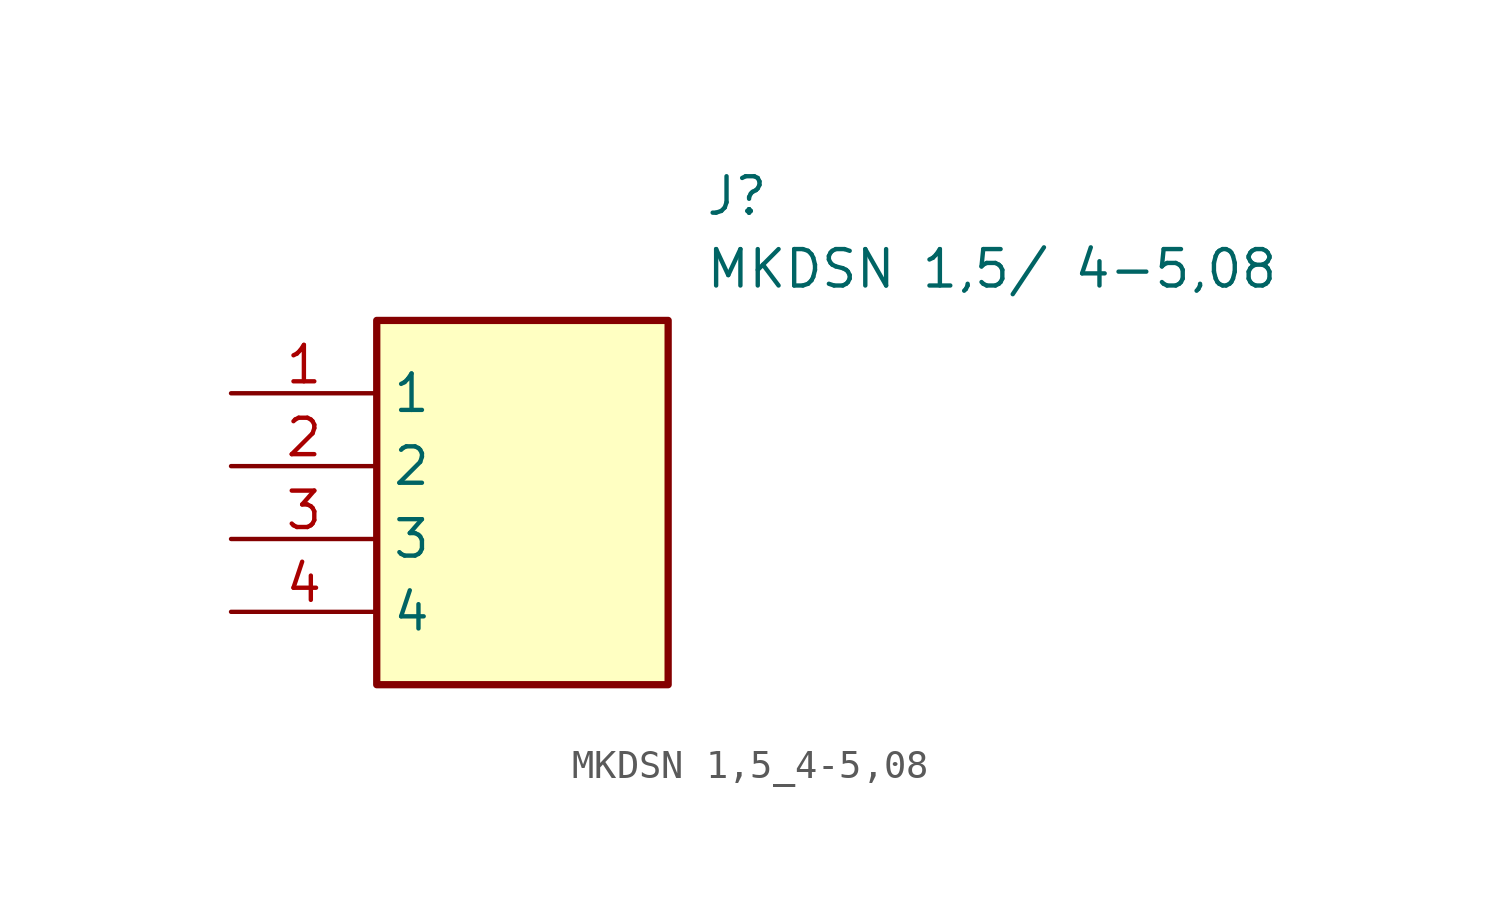
<source format=kicad_sym>
(kicad_symbol_lib
  (version 20241209)
  (generator "kicad_symbol_editor")
  (generator_version "9.0")
  (symbol "MKDSN 1,5_4-5,08"
    (property "Reference" "J"
      (at 16.51 7.62 0)
      (effects (font (size 1.27 1.27)) (justify left top)))
    (property "Value" "MKDSN 1,5/ 4-5,08"
      (at 16.51 5.08 0)
      (effects (font (size 1.27 1.27)) (justify left top)))
    (symbol "MKDSN 1,5_4-5,08_1_1"
      (rectangle (start 5.08 2.54) (end 15.24 -10.16) (stroke (width 0.254) (type default)) (fill (type background)))
      (pin passive line (at 0 0 0) (length 5.08) (name "1" (effects (font (size 1.27 1.27)))) (number "1" (effects (font (size 1.27 1.27)))))
      (pin passive line (at 0 -2.54 0) (length 5.08) (name "2" (effects (font (size 1.27 1.27)))) (number "2" (effects (font (size 1.27 1.27)))))
      (pin passive line (at 0 -5.08 0) (length 5.08) (name "3" (effects (font (size 1.27 1.27)))) (number "3" (effects (font (size 1.27 1.27)))))
      (pin passive line (at 0 -7.62 0) (length 5.08) (name "4" (effects (font (size 1.27 1.27)))) (number "4" (effects (font (size 1.27 1.27))))))))
</source>
